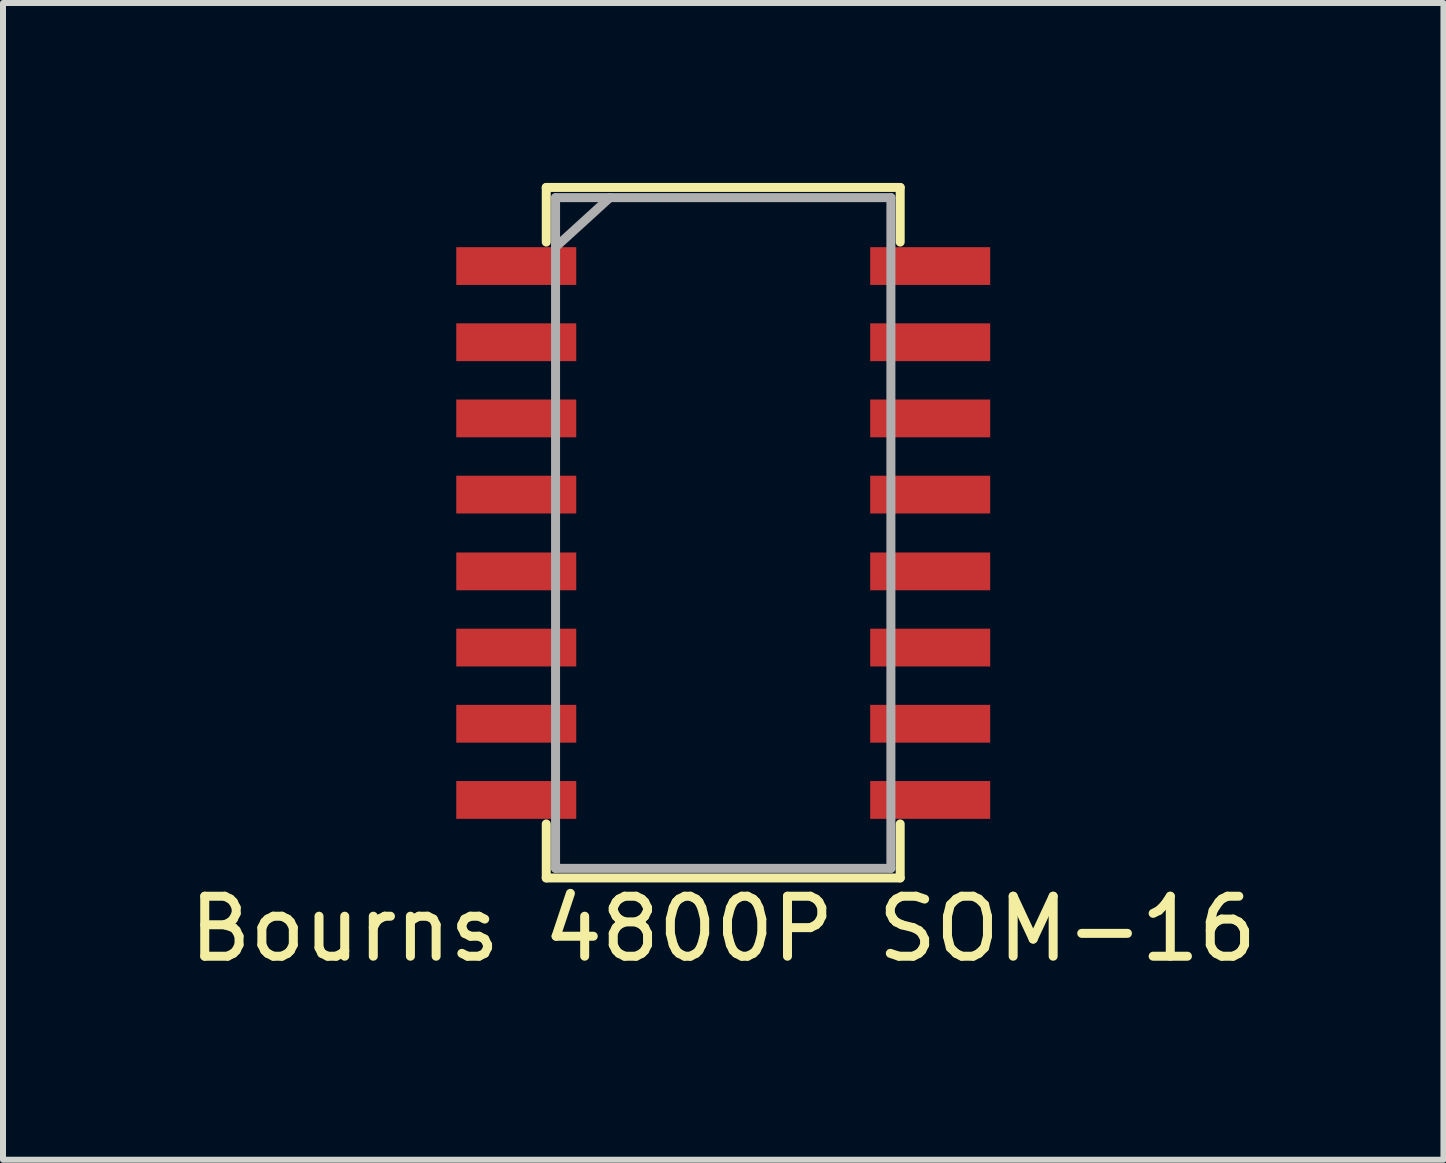
<source format=kicad_pcb>
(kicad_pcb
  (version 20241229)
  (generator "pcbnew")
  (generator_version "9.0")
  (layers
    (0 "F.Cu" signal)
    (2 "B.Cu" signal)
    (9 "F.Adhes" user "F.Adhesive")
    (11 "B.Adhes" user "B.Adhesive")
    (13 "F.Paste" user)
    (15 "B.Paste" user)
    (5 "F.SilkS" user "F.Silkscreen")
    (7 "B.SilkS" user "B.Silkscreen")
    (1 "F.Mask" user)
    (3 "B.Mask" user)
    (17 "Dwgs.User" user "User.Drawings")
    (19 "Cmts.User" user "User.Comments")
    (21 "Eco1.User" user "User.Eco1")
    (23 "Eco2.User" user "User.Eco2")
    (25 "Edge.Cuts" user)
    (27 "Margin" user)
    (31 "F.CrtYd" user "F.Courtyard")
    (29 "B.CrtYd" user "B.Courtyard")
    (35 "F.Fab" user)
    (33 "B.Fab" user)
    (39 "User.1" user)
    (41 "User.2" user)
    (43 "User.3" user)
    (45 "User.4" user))
  (footprint "Bourns 4800P SOM-16"
    (layer "F.Cu")
    (at 9.006 5.835)
    (property "Reference" "Bourns 4800P SOM-16" (at 0 6.6 0) (layer "F.SilkS") (effects (font (size 1 1) (thickness 0.15))))
    (attr through_hole)
    (fp_line (start -2.95 -5.76) (end 2.95 -5.76) (stroke (width 0.15) (type solid)) (layer "F.SilkS"))
    (fp_line (start -2.95 -4.85) (end -2.95 -5.76) (stroke (width 0.15) (type solid)) (layer "F.SilkS"))
    (fp_line (start -2.95 4.85) (end -2.95 5.75) (stroke (width 0.15) (type solid)) (layer "F.SilkS"))
    (fp_line (start -2.95 5.75) (end 2.95 5.75) (stroke (width 0.15) (type solid)) (layer "F.SilkS"))
    (fp_line (start 2.95 -5.76) (end 2.95 -4.85) (stroke (width 0.15) (type solid)) (layer "F.SilkS"))
    (fp_line (start 2.95 5.75) (end 2.95 4.85) (stroke (width 0.15) (type solid)) (layer "F.SilkS"))
    (fp_line (start -2.795 -5.59) (end -2.795 5.59) (stroke (width 0.15) (type solid)) (layer "F.Fab"))
    (fp_line (start -2.795 5.59) (end 2.795 5.59) (stroke (width 0.15) (type solid)) (layer "F.Fab"))
    (fp_line (start -2.79 -4.77) (end -1.89 -5.59) (stroke (width 0.15) (type solid)) (layer "F.Fab"))
    (fp_line (start 2.795 -5.59) (end -2.795 -5.59) (stroke (width 0.15) (type solid)) (layer "F.Fab"))
    (fp_line (start 2.795 5.59) (end 2.795 -5.59) (stroke (width 0.15) (type solid)) (layer "F.Fab"))
    (pad "1" smd rect (at -3.45 -4.45) (size 2 0.63) (layers "F.Cu" "F.Mask" "F.Paste"))
    (pad "2" smd rect (at -3.45 -3.18) (size 2 0.63) (layers "F.Cu" "F.Mask" "F.Paste"))
    (pad "3" smd rect (at -3.45 -1.91) (size 2 0.63) (layers "F.Cu" "F.Mask" "F.Paste"))
    (pad "4" smd rect (at -3.45 -0.64) (size 2 0.63) (layers "F.Cu" "F.Mask" "F.Paste"))
    (pad "5" smd rect (at -3.45 0.64) (size 2 0.63) (layers "F.Cu" "F.Mask" "F.Paste"))
    (pad "6" smd rect (at -3.45 1.91) (size 2 0.63) (layers "F.Cu" "F.Mask" "F.Paste"))
    (pad "7" smd rect (at -3.45 3.18) (size 2 0.63) (layers "F.Cu" "F.Mask" "F.Paste"))
    (pad "8" smd rect (at -3.45 4.45) (size 2 0.63) (layers "F.Cu" "F.Mask" "F.Paste"))
    (pad "9" smd rect (at 3.45 4.45) (size 2 0.63) (layers "F.Cu" "F.Mask" "F.Paste"))
    (pad "10" smd rect (at 3.45 3.18) (size 2 0.63) (layers "F.Cu" "F.Mask" "F.Paste"))
    (pad "11" smd rect (at 3.45 1.91) (size 2 0.63) (layers "F.Cu" "F.Mask" "F.Paste"))
    (pad "12" smd rect (at 3.45 0.64) (size 2 0.63) (layers "F.Cu" "F.Mask" "F.Paste"))
    (pad "13" smd rect (at 3.45 -0.64) (size 2 0.63) (layers "F.Cu" "F.Mask" "F.Paste"))
    (pad "14" smd rect (at 3.45 -1.91) (size 2 0.63) (layers "F.Cu" "F.Mask" "F.Paste"))
    (pad "15" smd rect (at 3.45 -3.18) (size 2 0.63) (layers "F.Cu" "F.Mask" "F.Paste"))
    (pad "16" smd rect (at 3.45 -4.45) (size 2 0.63) (layers "F.Cu" "F.Mask" "F.Paste")))
  (gr_rect
    (start -3 -3)
    (end 21.012 16.283)
    (stroke (width 0.1) (type default))
    (fill no)
    (layer "Edge.Cuts")))
</source>
